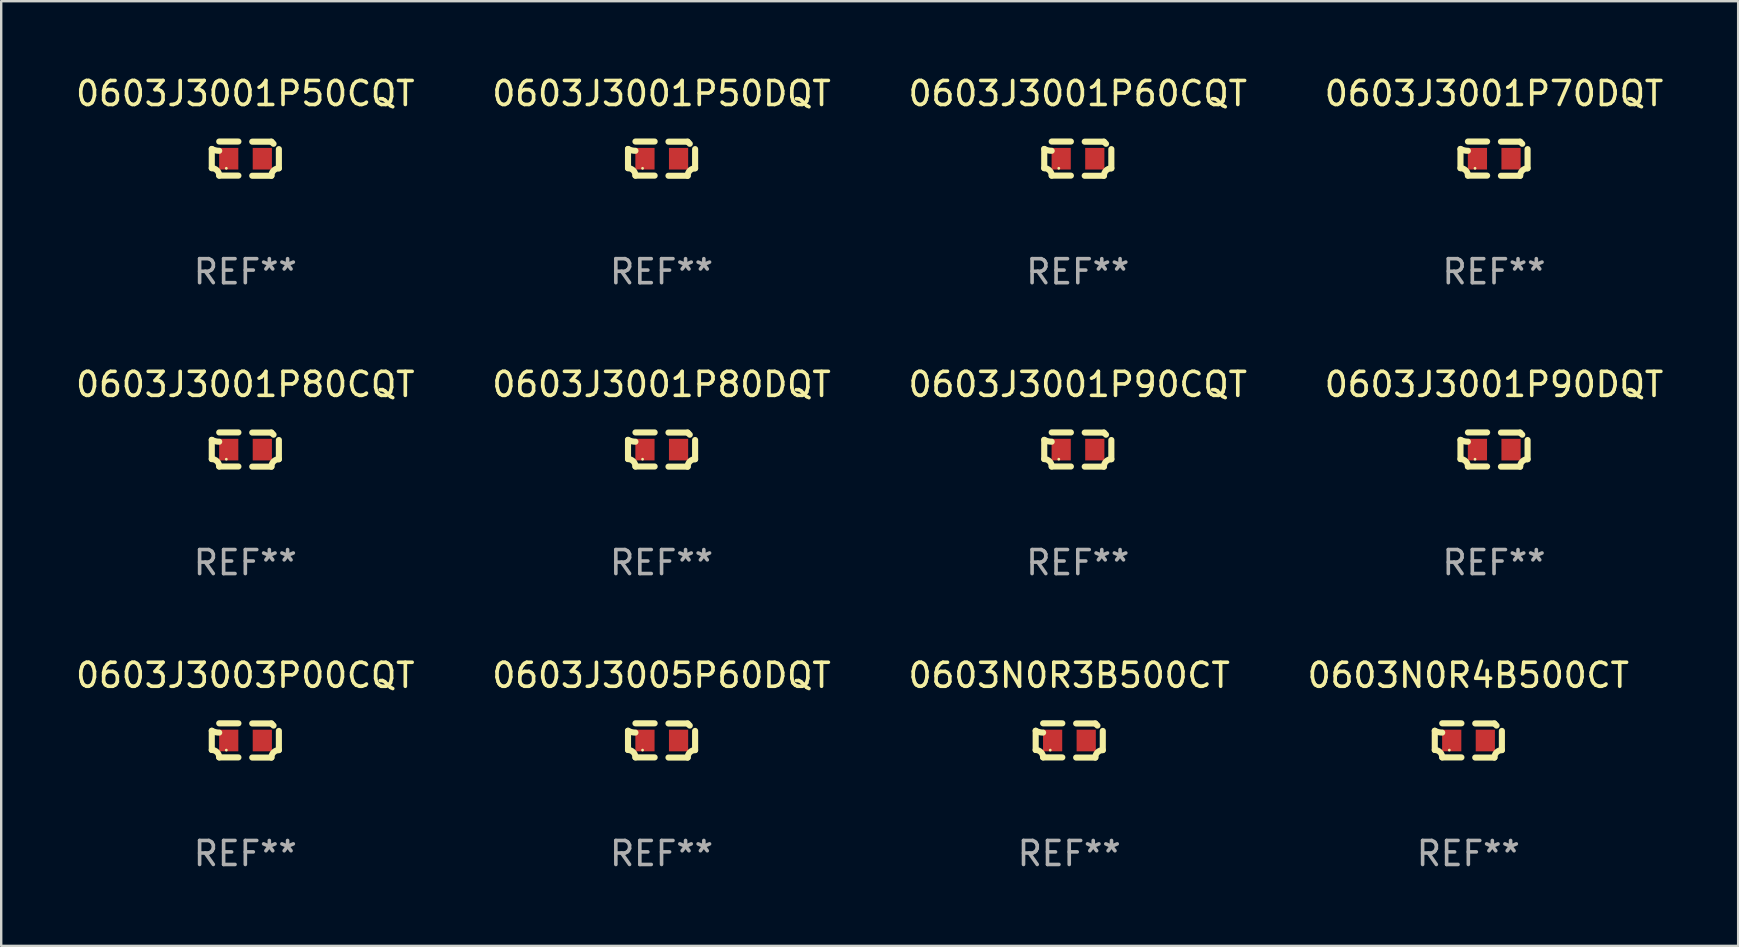
<source format=kicad_pcb>
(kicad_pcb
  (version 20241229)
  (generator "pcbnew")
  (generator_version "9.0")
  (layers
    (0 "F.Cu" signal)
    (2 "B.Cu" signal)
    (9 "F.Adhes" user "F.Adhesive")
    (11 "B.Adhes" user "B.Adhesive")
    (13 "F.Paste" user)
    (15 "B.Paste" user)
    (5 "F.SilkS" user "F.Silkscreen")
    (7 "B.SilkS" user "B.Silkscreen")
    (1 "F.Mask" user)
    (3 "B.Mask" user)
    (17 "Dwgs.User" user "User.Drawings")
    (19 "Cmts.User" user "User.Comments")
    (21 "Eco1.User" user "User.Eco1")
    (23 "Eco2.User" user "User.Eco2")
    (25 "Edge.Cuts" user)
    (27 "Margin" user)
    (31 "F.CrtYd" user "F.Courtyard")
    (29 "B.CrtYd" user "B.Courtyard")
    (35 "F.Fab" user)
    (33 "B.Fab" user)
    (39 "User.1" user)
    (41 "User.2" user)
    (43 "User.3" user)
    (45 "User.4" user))
  (footprint "0603J3001P90DQT"
    (layer "F.Cu")
    (at 59.208 15.683)
    (property "Reference" "0603J3001P90DQT" (at 0 -2.713 0) (layer "F.SilkS") (effects (font (size 1 1) (thickness 0.15))))
    (attr through_hole)
    (fp_line (start -1.398 -0.403) (end -1.398 0.397) (stroke (width 0.254) (type solid)) (layer "F.SilkS"))
    (fp_line (start -0.288 -0.713) (end -1.088 -0.713) (stroke (width 0.254) (type solid)) (layer "F.SilkS"))
    (fp_line (start -0.288 0.707) (end -1.088 0.707) (stroke (width 0.254) (type solid)) (layer "F.SilkS"))
    (fp_line (start 0.288 -0.707) (end 1.088 -0.707) (stroke (width 0.254) (type solid)) (layer "F.SilkS"))
    (fp_line (start 0.288 0.713) (end 1.088 0.713) (stroke (width 0.254) (type solid)) (layer "F.SilkS"))
    (fp_line (start 1.398 -0.397) (end 1.398 0.403) (stroke (width 0.254) (type solid)) (layer "F.SilkS"))
    (fp_arc (start -1.397789 0.397066) (mid -1.178701 0.487826) (end -1.08796 0.706922) (stroke (width 0.254001) (type solid)) (layer "F.SilkS"))
    (fp_arc (start -1.08796 -0.327176) (mid -1.247436 -0.346384) (end -1.39779 -0.402908) (stroke (width 0.254001) (type solid)) (layer "F.SilkS"))
    (fp_arc (start 1.087909 0.712738) (mid 1.178656 0.493655) (end 1.397739 0.402908) (stroke (width 0.254001) (type solid)) (layer "F.SilkS"))
    (fp_arc (start 1.175925 -0.618926) (mid 1.131917 -0.662923) (end 1.08791 -0.706922) (stroke (width 0.254001) (type solid)) (layer "F.SilkS"))
    (fp_circle (center -0.792 0.403) (end -0.762 0.403) (stroke (width 0.06) (type solid)) (fill no) (layer "F.SilkS"))
    (fp_text user "REF**" (at 0 4.713 0) (layer "F.Fab") (effects (font (size 1 1) (thickness 0.15))))
    (pad "1" smd rect (at -0.692 0.003) (size 0.8 0.9) (layers "F.Cu" "F.Mask" "F.Paste"))
    (pad "2" smd rect (at 0.708 0.003) (size 0.8 0.9) (layers "F.Cu" "F.Mask" "F.Paste")))
  (footprint "0603J3005P60DQT"
    (layer "F.Cu")
    (at 24.518 27.805)
    (property "Reference" "0603J3005P60DQT" (at 0 -2.713 0) (layer "F.SilkS") (effects (font (size 1 1) (thickness 0.15))))
    (attr through_hole)
    (fp_line (start -1.398 -0.403) (end -1.398 0.397) (stroke (width 0.254) (type solid)) (layer "F.SilkS"))
    (fp_line (start -0.288 -0.713) (end -1.088 -0.713) (stroke (width 0.254) (type solid)) (layer "F.SilkS"))
    (fp_line (start -0.288 0.707) (end -1.088 0.707) (stroke (width 0.254) (type solid)) (layer "F.SilkS"))
    (fp_line (start 0.288 -0.707) (end 1.088 -0.707) (stroke (width 0.254) (type solid)) (layer "F.SilkS"))
    (fp_line (start 0.288 0.713) (end 1.088 0.713) (stroke (width 0.254) (type solid)) (layer "F.SilkS"))
    (fp_line (start 1.398 -0.397) (end 1.398 0.403) (stroke (width 0.254) (type solid)) (layer "F.SilkS"))
    (fp_arc (start -1.397789 0.397066) (mid -1.178701 0.487826) (end -1.08796 0.706922) (stroke (width 0.254001) (type solid)) (layer "F.SilkS"))
    (fp_arc (start -1.08796 -0.327176) (mid -1.247436 -0.346384) (end -1.39779 -0.402908) (stroke (width 0.254001) (type solid)) (layer "F.SilkS"))
    (fp_arc (start 1.087909 0.712738) (mid 1.178656 0.493655) (end 1.397739 0.402908) (stroke (width 0.254001) (type solid)) (layer "F.SilkS"))
    (fp_arc (start 1.175925 -0.618926) (mid 1.131917 -0.662923) (end 1.08791 -0.706922) (stroke (width 0.254001) (type solid)) (layer "F.SilkS"))
    (fp_circle (center -0.792 0.403) (end -0.762 0.403) (stroke (width 0.06) (type solid)) (fill no) (layer "F.SilkS"))
    (fp_text user "REF**" (at 0 4.713 0) (layer "F.Fab") (effects (font (size 1 1) (thickness 0.15))))
    (pad "1" smd rect (at -0.692 0.003) (size 0.8 0.9) (layers "F.Cu" "F.Mask" "F.Paste"))
    (pad "2" smd rect (at 0.708 0.003) (size 0.8 0.9) (layers "F.Cu" "F.Mask" "F.Paste")))
  (footprint "0603N0R4B500CT"
    (layer "F.Cu")
    (at 58.137 27.805)
    (property "Reference" "0603N0R4B500CT" (at 0 -2.713 0) (layer "F.SilkS") (effects (font (size 1 1) (thickness 0.15))))
    (attr through_hole)
    (fp_line (start -1.398 -0.403) (end -1.398 0.397) (stroke (width 0.254) (type solid)) (layer "F.SilkS"))
    (fp_line (start -0.288 -0.713) (end -1.088 -0.713) (stroke (width 0.254) (type solid)) (layer "F.SilkS"))
    (fp_line (start -0.288 0.707) (end -1.088 0.707) (stroke (width 0.254) (type solid)) (layer "F.SilkS"))
    (fp_line (start 0.288 -0.707) (end 1.088 -0.707) (stroke (width 0.254) (type solid)) (layer "F.SilkS"))
    (fp_line (start 0.288 0.713) (end 1.088 0.713) (stroke (width 0.254) (type solid)) (layer "F.SilkS"))
    (fp_line (start 1.398 -0.397) (end 1.398 0.403) (stroke (width 0.254) (type solid)) (layer "F.SilkS"))
    (fp_arc (start -1.397789 0.397066) (mid -1.178701 0.487826) (end -1.08796 0.706922) (stroke (width 0.254001) (type solid)) (layer "F.SilkS"))
    (fp_arc (start -1.08796 -0.327176) (mid -1.247436 -0.346384) (end -1.39779 -0.402908) (stroke (width 0.254001) (type solid)) (layer "F.SilkS"))
    (fp_arc (start 1.087909 0.712738) (mid 1.178656 0.493655) (end 1.397739 0.402908) (stroke (width 0.254001) (type solid)) (layer "F.SilkS"))
    (fp_arc (start 1.175925 -0.618926) (mid 1.131917 -0.662923) (end 1.08791 -0.706922) (stroke (width 0.254001) (type solid)) (layer "F.SilkS"))
    (fp_circle (center -0.792 0.403) (end -0.762 0.403) (stroke (width 0.06) (type solid)) (fill no) (layer "F.SilkS"))
    (fp_text user "REF**" (at 0 4.713 0) (layer "F.Fab") (effects (font (size 1 1) (thickness 0.15))))
    (pad "1" smd rect (at -0.692 0.003) (size 0.8 0.9) (layers "F.Cu" "F.Mask" "F.Paste"))
    (pad "2" smd rect (at 0.708 0.003) (size 0.8 0.9) (layers "F.Cu" "F.Mask" "F.Paste")))
  (footprint "0603N0R3B500CT"
    (layer "F.Cu")
    (at 41.506 27.805)
    (property "Reference" "0603N0R3B500CT" (at 0 -2.713 0) (layer "F.SilkS") (effects (font (size 1 1) (thickness 0.15))))
    (attr through_hole)
    (fp_line (start -1.398 -0.403) (end -1.398 0.397) (stroke (width 0.254) (type solid)) (layer "F.SilkS"))
    (fp_line (start -0.288 -0.713) (end -1.088 -0.713) (stroke (width 0.254) (type solid)) (layer "F.SilkS"))
    (fp_line (start -0.288 0.707) (end -1.088 0.707) (stroke (width 0.254) (type solid)) (layer "F.SilkS"))
    (fp_line (start 0.288 -0.707) (end 1.088 -0.707) (stroke (width 0.254) (type solid)) (layer "F.SilkS"))
    (fp_line (start 0.288 0.713) (end 1.088 0.713) (stroke (width 0.254) (type solid)) (layer "F.SilkS"))
    (fp_line (start 1.398 -0.397) (end 1.398 0.403) (stroke (width 0.254) (type solid)) (layer "F.SilkS"))
    (fp_arc (start -1.397789 0.397066) (mid -1.178701 0.487826) (end -1.08796 0.706922) (stroke (width 0.254001) (type solid)) (layer "F.SilkS"))
    (fp_arc (start -1.08796 -0.327176) (mid -1.247436 -0.346384) (end -1.39779 -0.402908) (stroke (width 0.254001) (type solid)) (layer "F.SilkS"))
    (fp_arc (start 1.087909 0.712738) (mid 1.178656 0.493655) (end 1.397739 0.402908) (stroke (width 0.254001) (type solid)) (layer "F.SilkS"))
    (fp_arc (start 1.175925 -0.618926) (mid 1.131917 -0.662923) (end 1.08791 -0.706922) (stroke (width 0.254001) (type solid)) (layer "F.SilkS"))
    (fp_circle (center -0.792 0.403) (end -0.762 0.403) (stroke (width 0.06) (type solid)) (fill no) (layer "F.SilkS"))
    (fp_text user "REF**" (at 0 4.713 0) (layer "F.Fab") (effects (font (size 1 1) (thickness 0.15))))
    (pad "1" smd rect (at -0.692 0.003) (size 0.8 0.9) (layers "F.Cu" "F.Mask" "F.Paste"))
    (pad "2" smd rect (at 0.708 0.003) (size 0.8 0.9) (layers "F.Cu" "F.Mask" "F.Paste")))
  (footprint "0603J3001P50CQT"
    (layer "F.Cu")
    (at 7.173 3.561)
    (property "Reference" "0603J3001P50CQT" (at 0 -2.713 0) (layer "F.SilkS") (effects (font (size 1 1) (thickness 0.15))))
    (attr through_hole)
    (fp_line (start -1.398 -0.403) (end -1.398 0.397) (stroke (width 0.254) (type solid)) (layer "F.SilkS"))
    (fp_line (start -0.288 -0.713) (end -1.088 -0.713) (stroke (width 0.254) (type solid)) (layer "F.SilkS"))
    (fp_line (start -0.288 0.707) (end -1.088 0.707) (stroke (width 0.254) (type solid)) (layer "F.SilkS"))
    (fp_line (start 0.288 -0.707) (end 1.088 -0.707) (stroke (width 0.254) (type solid)) (layer "F.SilkS"))
    (fp_line (start 0.288 0.713) (end 1.088 0.713) (stroke (width 0.254) (type solid)) (layer "F.SilkS"))
    (fp_line (start 1.398 -0.397) (end 1.398 0.403) (stroke (width 0.254) (type solid)) (layer "F.SilkS"))
    (fp_arc (start -1.397789 0.397066) (mid -1.178701 0.487826) (end -1.08796 0.706922) (stroke (width 0.254001) (type solid)) (layer "F.SilkS"))
    (fp_arc (start -1.08796 -0.327176) (mid -1.247436 -0.346384) (end -1.39779 -0.402908) (stroke (width 0.254001) (type solid)) (layer "F.SilkS"))
    (fp_arc (start 1.087909 0.712738) (mid 1.178656 0.493655) (end 1.397739 0.402908) (stroke (width 0.254001) (type solid)) (layer "F.SilkS"))
    (fp_arc (start 1.175925 -0.618926) (mid 1.131917 -0.662923) (end 1.08791 -0.706922) (stroke (width 0.254001) (type solid)) (layer "F.SilkS"))
    (fp_circle (center -0.792 0.403) (end -0.762 0.403) (stroke (width 0.06) (type solid)) (fill no) (layer "F.SilkS"))
    (fp_text user "REF**" (at 0 4.713 0) (layer "F.Fab") (effects (font (size 1 1) (thickness 0.15))))
    (pad "1" smd rect (at -0.692 0.003) (size 0.8 0.9) (layers "F.Cu" "F.Mask" "F.Paste"))
    (pad "2" smd rect (at 0.708 0.003) (size 0.8 0.9) (layers "F.Cu" "F.Mask" "F.Paste")))
  (footprint "0603J3001P50DQT"
    (layer "F.Cu")
    (at 24.518 3.561)
    (property "Reference" "0603J3001P50DQT" (at 0 -2.713 0) (layer "F.SilkS") (effects (font (size 1 1) (thickness 0.15))))
    (attr through_hole)
    (fp_line (start -1.398 -0.403) (end -1.398 0.397) (stroke (width 0.254) (type solid)) (layer "F.SilkS"))
    (fp_line (start -0.288 -0.713) (end -1.088 -0.713) (stroke (width 0.254) (type solid)) (layer "F.SilkS"))
    (fp_line (start -0.288 0.707) (end -1.088 0.707) (stroke (width 0.254) (type solid)) (layer "F.SilkS"))
    (fp_line (start 0.288 -0.707) (end 1.088 -0.707) (stroke (width 0.254) (type solid)) (layer "F.SilkS"))
    (fp_line (start 0.288 0.713) (end 1.088 0.713) (stroke (width 0.254) (type solid)) (layer "F.SilkS"))
    (fp_line (start 1.398 -0.397) (end 1.398 0.403) (stroke (width 0.254) (type solid)) (layer "F.SilkS"))
    (fp_arc (start -1.397789 0.397066) (mid -1.178701 0.487826) (end -1.08796 0.706922) (stroke (width 0.254001) (type solid)) (layer "F.SilkS"))
    (fp_arc (start -1.08796 -0.327176) (mid -1.247436 -0.346384) (end -1.39779 -0.402908) (stroke (width 0.254001) (type solid)) (layer "F.SilkS"))
    (fp_arc (start 1.087909 0.712738) (mid 1.178656 0.493655) (end 1.397739 0.402908) (stroke (width 0.254001) (type solid)) (layer "F.SilkS"))
    (fp_arc (start 1.175925 -0.618926) (mid 1.131917 -0.662923) (end 1.08791 -0.706922) (stroke (width 0.254001) (type solid)) (layer "F.SilkS"))
    (fp_circle (center -0.792 0.403) (end -0.762 0.403) (stroke (width 0.06) (type solid)) (fill no) (layer "F.SilkS"))
    (fp_text user "REF**" (at 0 4.713 0) (layer "F.Fab") (effects (font (size 1 1) (thickness 0.15))))
    (pad "1" smd rect (at -0.692 0.003) (size 0.8 0.9) (layers "F.Cu" "F.Mask" "F.Paste"))
    (pad "2" smd rect (at 0.708 0.003) (size 0.8 0.9) (layers "F.Cu" "F.Mask" "F.Paste")))
  (footprint "0603J3001P60CQT"
    (layer "F.Cu")
    (at 41.863 3.561)
    (property "Reference" "0603J3001P60CQT" (at 0 -2.713 0) (layer "F.SilkS") (effects (font (size 1 1) (thickness 0.15))))
    (attr through_hole)
    (fp_line (start -1.398 -0.403) (end -1.398 0.397) (stroke (width 0.254) (type solid)) (layer "F.SilkS"))
    (fp_line (start -0.288 -0.713) (end -1.088 -0.713) (stroke (width 0.254) (type solid)) (layer "F.SilkS"))
    (fp_line (start -0.288 0.707) (end -1.088 0.707) (stroke (width 0.254) (type solid)) (layer "F.SilkS"))
    (fp_line (start 0.288 -0.707) (end 1.088 -0.707) (stroke (width 0.254) (type solid)) (layer "F.SilkS"))
    (fp_line (start 0.288 0.713) (end 1.088 0.713) (stroke (width 0.254) (type solid)) (layer "F.SilkS"))
    (fp_line (start 1.398 -0.397) (end 1.398 0.403) (stroke (width 0.254) (type solid)) (layer "F.SilkS"))
    (fp_arc (start -1.397789 0.397066) (mid -1.178701 0.487826) (end -1.08796 0.706922) (stroke (width 0.254001) (type solid)) (layer "F.SilkS"))
    (fp_arc (start -1.08796 -0.327176) (mid -1.247436 -0.346384) (end -1.39779 -0.402908) (stroke (width 0.254001) (type solid)) (layer "F.SilkS"))
    (fp_arc (start 1.087909 0.712738) (mid 1.178656 0.493655) (end 1.397739 0.402908) (stroke (width 0.254001) (type solid)) (layer "F.SilkS"))
    (fp_arc (start 1.175925 -0.618926) (mid 1.131917 -0.662923) (end 1.08791 -0.706922) (stroke (width 0.254001) (type solid)) (layer "F.SilkS"))
    (fp_circle (center -0.792 0.403) (end -0.762 0.403) (stroke (width 0.06) (type solid)) (fill no) (layer "F.SilkS"))
    (fp_text user "REF**" (at 0 4.713 0) (layer "F.Fab") (effects (font (size 1 1) (thickness 0.15))))
    (pad "1" smd rect (at -0.692 0.003) (size 0.8 0.9) (layers "F.Cu" "F.Mask" "F.Paste"))
    (pad "2" smd rect (at 0.708 0.003) (size 0.8 0.9) (layers "F.Cu" "F.Mask" "F.Paste")))
  (footprint "0603J3003P00CQT"
    (layer "F.Cu")
    (at 7.173 27.805)
    (property "Reference" "0603J3003P00CQT" (at 0 -2.713 0) (layer "F.SilkS") (effects (font (size 1 1) (thickness 0.15))))
    (attr through_hole)
    (fp_line (start -1.398 -0.403) (end -1.398 0.397) (stroke (width 0.254) (type solid)) (layer "F.SilkS"))
    (fp_line (start -0.288 -0.713) (end -1.088 -0.713) (stroke (width 0.254) (type solid)) (layer "F.SilkS"))
    (fp_line (start -0.288 0.707) (end -1.088 0.707) (stroke (width 0.254) (type solid)) (layer "F.SilkS"))
    (fp_line (start 0.288 -0.707) (end 1.088 -0.707) (stroke (width 0.254) (type solid)) (layer "F.SilkS"))
    (fp_line (start 0.288 0.713) (end 1.088 0.713) (stroke (width 0.254) (type solid)) (layer "F.SilkS"))
    (fp_line (start 1.398 -0.397) (end 1.398 0.403) (stroke (width 0.254) (type solid)) (layer "F.SilkS"))
    (fp_arc (start -1.397789 0.397066) (mid -1.178701 0.487826) (end -1.08796 0.706922) (stroke (width 0.254001) (type solid)) (layer "F.SilkS"))
    (fp_arc (start -1.08796 -0.327176) (mid -1.247436 -0.346384) (end -1.39779 -0.402908) (stroke (width 0.254001) (type solid)) (layer "F.SilkS"))
    (fp_arc (start 1.087909 0.712738) (mid 1.178656 0.493655) (end 1.397739 0.402908) (stroke (width 0.254001) (type solid)) (layer "F.SilkS"))
    (fp_arc (start 1.175925 -0.618926) (mid 1.131917 -0.662923) (end 1.08791 -0.706922) (stroke (width 0.254001) (type solid)) (layer "F.SilkS"))
    (fp_circle (center -0.792 0.403) (end -0.762 0.403) (stroke (width 0.06) (type solid)) (fill no) (layer "F.SilkS"))
    (fp_text user "REF**" (at 0 4.713 0) (layer "F.Fab") (effects (font (size 1 1) (thickness 0.15))))
    (pad "1" smd rect (at -0.692 0.003) (size 0.8 0.9) (layers "F.Cu" "F.Mask" "F.Paste"))
    (pad "2" smd rect (at 0.708 0.003) (size 0.8 0.9) (layers "F.Cu" "F.Mask" "F.Paste")))
  (footprint "0603J3001P90CQT"
    (layer "F.Cu")
    (at 41.863 15.683)
    (property "Reference" "0603J3001P90CQT" (at 0 -2.713 0) (layer "F.SilkS") (effects (font (size 1 1) (thickness 0.15))))
    (attr through_hole)
    (fp_line (start -1.398 -0.403) (end -1.398 0.397) (stroke (width 0.254) (type solid)) (layer "F.SilkS"))
    (fp_line (start -0.288 -0.713) (end -1.088 -0.713) (stroke (width 0.254) (type solid)) (layer "F.SilkS"))
    (fp_line (start -0.288 0.707) (end -1.088 0.707) (stroke (width 0.254) (type solid)) (layer "F.SilkS"))
    (fp_line (start 0.288 -0.707) (end 1.088 -0.707) (stroke (width 0.254) (type solid)) (layer "F.SilkS"))
    (fp_line (start 0.288 0.713) (end 1.088 0.713) (stroke (width 0.254) (type solid)) (layer "F.SilkS"))
    (fp_line (start 1.398 -0.397) (end 1.398 0.403) (stroke (width 0.254) (type solid)) (layer "F.SilkS"))
    (fp_arc (start -1.397789 0.397066) (mid -1.178701 0.487826) (end -1.08796 0.706922) (stroke (width 0.254001) (type solid)) (layer "F.SilkS"))
    (fp_arc (start -1.08796 -0.327176) (mid -1.247436 -0.346384) (end -1.39779 -0.402908) (stroke (width 0.254001) (type solid)) (layer "F.SilkS"))
    (fp_arc (start 1.087909 0.712738) (mid 1.178656 0.493655) (end 1.397739 0.402908) (stroke (width 0.254001) (type solid)) (layer "F.SilkS"))
    (fp_arc (start 1.175925 -0.618926) (mid 1.131917 -0.662923) (end 1.08791 -0.706922) (stroke (width 0.254001) (type solid)) (layer "F.SilkS"))
    (fp_circle (center -0.792 0.403) (end -0.762 0.403) (stroke (width 0.06) (type solid)) (fill no) (layer "F.SilkS"))
    (fp_text user "REF**" (at 0 4.713 0) (layer "F.Fab") (effects (font (size 1 1) (thickness 0.15))))
    (pad "1" smd rect (at -0.692 0.003) (size 0.8 0.9) (layers "F.Cu" "F.Mask" "F.Paste"))
    (pad "2" smd rect (at 0.708 0.003) (size 0.8 0.9) (layers "F.Cu" "F.Mask" "F.Paste")))
  (footprint "0603J3001P80DQT"
    (layer "F.Cu")
    (at 24.518 15.683)
    (property "Reference" "0603J3001P80DQT" (at 0 -2.713 0) (layer "F.SilkS") (effects (font (size 1 1) (thickness 0.15))))
    (attr through_hole)
    (fp_line (start -1.398 -0.403) (end -1.398 0.397) (stroke (width 0.254) (type solid)) (layer "F.SilkS"))
    (fp_line (start -0.288 -0.713) (end -1.088 -0.713) (stroke (width 0.254) (type solid)) (layer "F.SilkS"))
    (fp_line (start -0.288 0.707) (end -1.088 0.707) (stroke (width 0.254) (type solid)) (layer "F.SilkS"))
    (fp_line (start 0.288 -0.707) (end 1.088 -0.707) (stroke (width 0.254) (type solid)) (layer "F.SilkS"))
    (fp_line (start 0.288 0.713) (end 1.088 0.713) (stroke (width 0.254) (type solid)) (layer "F.SilkS"))
    (fp_line (start 1.398 -0.397) (end 1.398 0.403) (stroke (width 0.254) (type solid)) (layer "F.SilkS"))
    (fp_arc (start -1.397789 0.397066) (mid -1.178701 0.487826) (end -1.08796 0.706922) (stroke (width 0.254001) (type solid)) (layer "F.SilkS"))
    (fp_arc (start -1.08796 -0.327176) (mid -1.247436 -0.346384) (end -1.39779 -0.402908) (stroke (width 0.254001) (type solid)) (layer "F.SilkS"))
    (fp_arc (start 1.087909 0.712738) (mid 1.178656 0.493655) (end 1.397739 0.402908) (stroke (width 0.254001) (type solid)) (layer "F.SilkS"))
    (fp_arc (start 1.175925 -0.618926) (mid 1.131917 -0.662923) (end 1.08791 -0.706922) (stroke (width 0.254001) (type solid)) (layer "F.SilkS"))
    (fp_circle (center -0.792 0.403) (end -0.762 0.403) (stroke (width 0.06) (type solid)) (fill no) (layer "F.SilkS"))
    (fp_text user "REF**" (at 0 4.713 0) (layer "F.Fab") (effects (font (size 1 1) (thickness 0.15))))
    (pad "1" smd rect (at -0.692 0.003) (size 0.8 0.9) (layers "F.Cu" "F.Mask" "F.Paste"))
    (pad "2" smd rect (at 0.708 0.003) (size 0.8 0.9) (layers "F.Cu" "F.Mask" "F.Paste")))
  (footprint "0603J3001P80CQT"
    (layer "F.Cu")
    (at 7.173 15.683)
    (property "Reference" "0603J3001P80CQT" (at 0 -2.713 0) (layer "F.SilkS") (effects (font (size 1 1) (thickness 0.15))))
    (attr through_hole)
    (fp_line (start -1.398 -0.403) (end -1.398 0.397) (stroke (width 0.254) (type solid)) (layer "F.SilkS"))
    (fp_line (start -0.288 -0.713) (end -1.088 -0.713) (stroke (width 0.254) (type solid)) (layer "F.SilkS"))
    (fp_line (start -0.288 0.707) (end -1.088 0.707) (stroke (width 0.254) (type solid)) (layer "F.SilkS"))
    (fp_line (start 0.288 -0.707) (end 1.088 -0.707) (stroke (width 0.254) (type solid)) (layer "F.SilkS"))
    (fp_line (start 0.288 0.713) (end 1.088 0.713) (stroke (width 0.254) (type solid)) (layer "F.SilkS"))
    (fp_line (start 1.398 -0.397) (end 1.398 0.403) (stroke (width 0.254) (type solid)) (layer "F.SilkS"))
    (fp_arc (start -1.397789 0.397066) (mid -1.178701 0.487826) (end -1.08796 0.706922) (stroke (width 0.254001) (type solid)) (layer "F.SilkS"))
    (fp_arc (start -1.08796 -0.327176) (mid -1.247436 -0.346384) (end -1.39779 -0.402908) (stroke (width 0.254001) (type solid)) (layer "F.SilkS"))
    (fp_arc (start 1.087909 0.712738) (mid 1.178656 0.493655) (end 1.397739 0.402908) (stroke (width 0.254001) (type solid)) (layer "F.SilkS"))
    (fp_arc (start 1.175925 -0.618926) (mid 1.131917 -0.662923) (end 1.08791 -0.706922) (stroke (width 0.254001) (type solid)) (layer "F.SilkS"))
    (fp_circle (center -0.792 0.403) (end -0.762 0.403) (stroke (width 0.06) (type solid)) (fill no) (layer "F.SilkS"))
    (fp_text user "REF**" (at 0 4.713 0) (layer "F.Fab") (effects (font (size 1 1) (thickness 0.15))))
    (pad "1" smd rect (at -0.692 0.003) (size 0.8 0.9) (layers "F.Cu" "F.Mask" "F.Paste"))
    (pad "2" smd rect (at 0.708 0.003) (size 0.8 0.9) (layers "F.Cu" "F.Mask" "F.Paste")))
  (footprint "0603J3001P70DQT"
    (layer "F.Cu")
    (at 59.208 3.561)
    (property "Reference" "0603J3001P70DQT" (at 0 -2.713 0) (layer "F.SilkS") (effects (font (size 1 1) (thickness 0.15))))
    (attr through_hole)
    (fp_line (start -1.398 -0.403) (end -1.398 0.397) (stroke (width 0.254) (type solid)) (layer "F.SilkS"))
    (fp_line (start -0.288 -0.713) (end -1.088 -0.713) (stroke (width 0.254) (type solid)) (layer "F.SilkS"))
    (fp_line (start -0.288 0.707) (end -1.088 0.707) (stroke (width 0.254) (type solid)) (layer "F.SilkS"))
    (fp_line (start 0.288 -0.707) (end 1.088 -0.707) (stroke (width 0.254) (type solid)) (layer "F.SilkS"))
    (fp_line (start 0.288 0.713) (end 1.088 0.713) (stroke (width 0.254) (type solid)) (layer "F.SilkS"))
    (fp_line (start 1.398 -0.397) (end 1.398 0.403) (stroke (width 0.254) (type solid)) (layer "F.SilkS"))
    (fp_arc (start -1.397789 0.397066) (mid -1.178701 0.487826) (end -1.08796 0.706922) (stroke (width 0.254001) (type solid)) (layer "F.SilkS"))
    (fp_arc (start -1.08796 -0.327176) (mid -1.247436 -0.346384) (end -1.39779 -0.402908) (stroke (width 0.254001) (type solid)) (layer "F.SilkS"))
    (fp_arc (start 1.087909 0.712738) (mid 1.178656 0.493655) (end 1.397739 0.402908) (stroke (width 0.254001) (type solid)) (layer "F.SilkS"))
    (fp_arc (start 1.175925 -0.618926) (mid 1.131917 -0.662923) (end 1.08791 -0.706922) (stroke (width 0.254001) (type solid)) (layer "F.SilkS"))
    (fp_circle (center -0.792 0.403) (end -0.762 0.403) (stroke (width 0.06) (type solid)) (fill no) (layer "F.SilkS"))
    (fp_text user "REF**" (at 0 4.713 0) (layer "F.Fab") (effects (font (size 1 1) (thickness 0.15))))
    (pad "1" smd rect (at -0.692 0.003) (size 0.8 0.9) (layers "F.Cu" "F.Mask" "F.Paste"))
    (pad "2" smd rect (at 0.708 0.003) (size 0.8 0.9) (layers "F.Cu" "F.Mask" "F.Paste")))
  (gr_rect
    (start -3 -3)
    (end 69.381 36.366)
    (stroke (width 0.1) (type default))
    (fill no)
    (layer "Edge.Cuts")))
</source>
